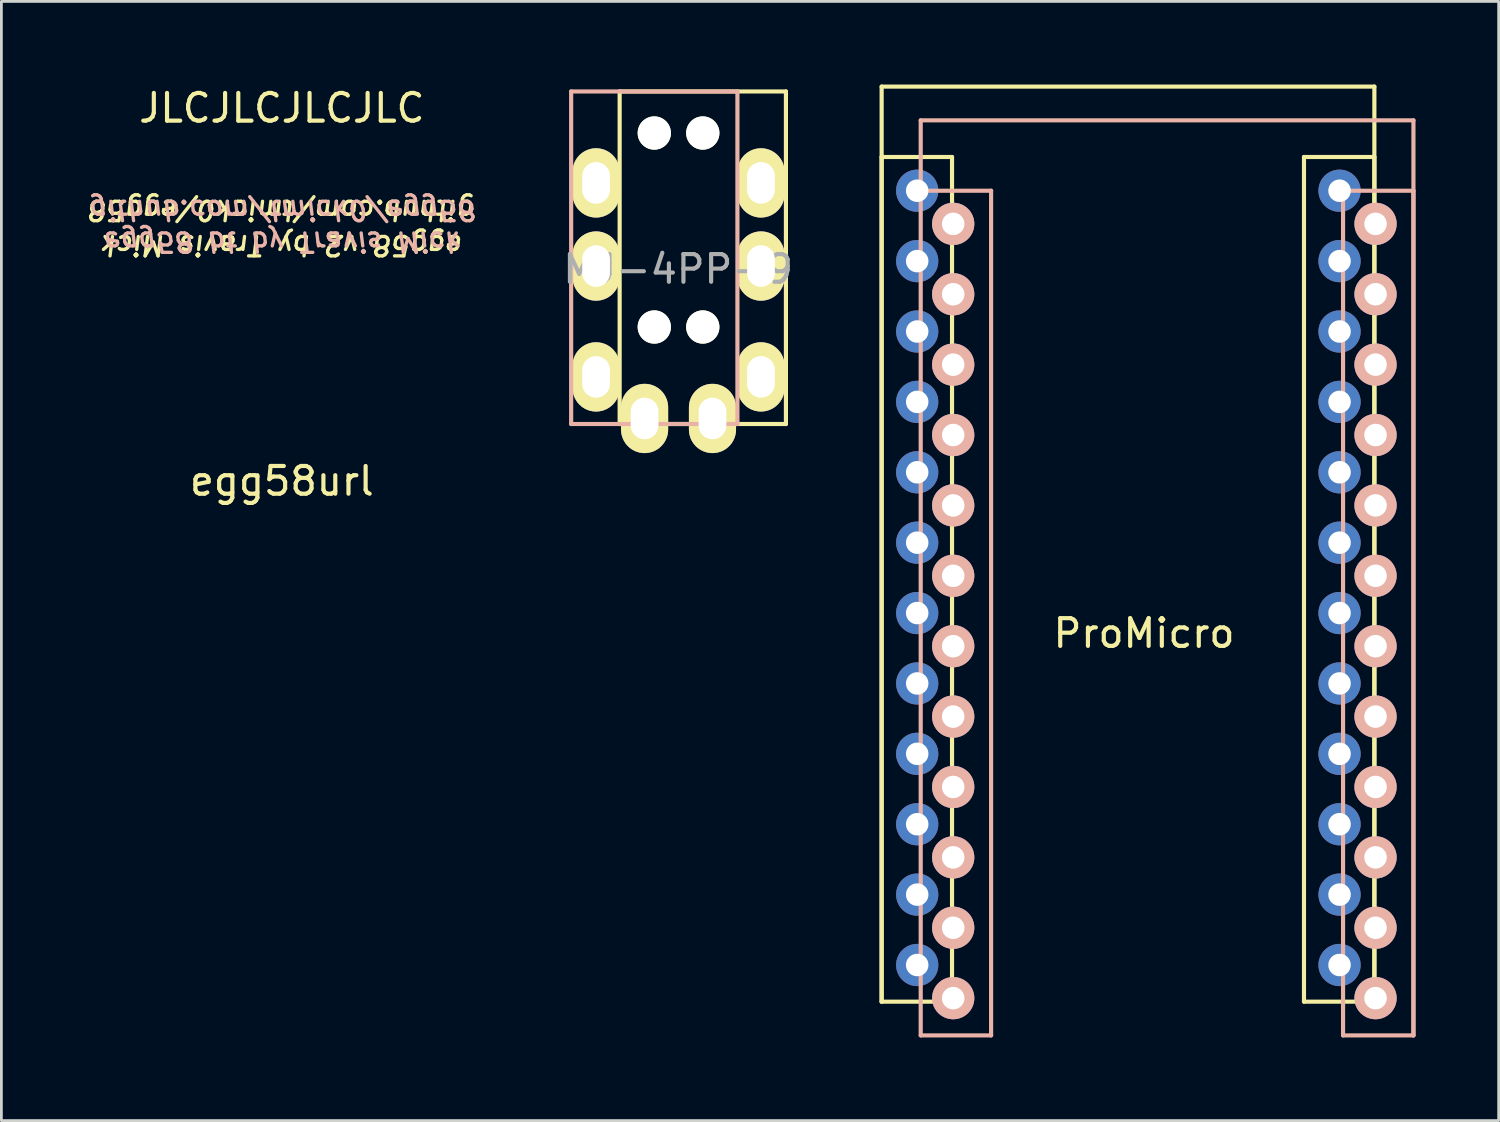
<source format=kicad_pcb>
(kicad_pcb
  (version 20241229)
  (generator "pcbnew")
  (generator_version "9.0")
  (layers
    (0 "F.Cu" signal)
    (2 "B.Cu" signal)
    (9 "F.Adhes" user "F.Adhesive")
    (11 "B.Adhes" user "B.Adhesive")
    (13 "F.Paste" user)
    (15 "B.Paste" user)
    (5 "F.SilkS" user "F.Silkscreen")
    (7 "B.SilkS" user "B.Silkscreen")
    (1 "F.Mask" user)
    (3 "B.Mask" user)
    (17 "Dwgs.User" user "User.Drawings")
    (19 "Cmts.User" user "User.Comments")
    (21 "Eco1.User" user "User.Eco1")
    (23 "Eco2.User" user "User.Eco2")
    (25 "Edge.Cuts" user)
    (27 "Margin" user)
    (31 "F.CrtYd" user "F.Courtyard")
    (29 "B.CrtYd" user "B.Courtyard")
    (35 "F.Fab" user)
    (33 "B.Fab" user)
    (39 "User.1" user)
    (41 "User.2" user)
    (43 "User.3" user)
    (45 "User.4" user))
  (footprint "MJ-4PP-9"
    (layer "F.Cu")
    (at 22.31 0.25)
    (property "Reference" "MJ-4PP-9" (at -0.889 6.413 0) (layer "F.Fab") (effects (font (size 1 1) (thickness 0.15))))
    (attr through_hole)
    (fp_line (start -3 0) (end 3 0) (stroke (width 0.15) (type solid)) (layer "F.SilkS"))
    (fp_line (start -3 12) (end -3 0) (stroke (width 0.15) (type solid)) (layer "F.SilkS"))
    (fp_line (start 3 0) (end 3 12) (stroke (width 0.15) (type solid)) (layer "F.SilkS"))
    (fp_line (start 3 12) (end -3 12) (stroke (width 0.15) (type solid)) (layer "F.SilkS"))
    (fp_line (start -4.75 0) (end 1.25 0) (stroke (width 0.15) (type solid)) (layer "B.SilkS"))
    (fp_line (start -4.75 12) (end -4.75 0) (stroke (width 0.15) (type solid)) (layer "B.SilkS"))
    (fp_line (start 1.25 0) (end 1.25 12) (stroke (width 0.15) (type solid)) (layer "B.SilkS"))
    (fp_line (start 1.25 12) (end -4.75 12) (stroke (width 0.15) (type solid)) (layer "B.SilkS"))
    (pad "" np_thru_hole circle (at -1.75 1.5) (size 1.2 1.2) (drill 1.2) (layers "*.Cu" "*.Mask" "F.SilkS"))
    (pad "" np_thru_hole circle (at -1.75 8.5) (size 1.2 1.2) (drill 1.2) (layers "*.Cu" "*.Mask" "F.SilkS"))
    (pad "" np_thru_hole circle (at 0 1.5) (size 1.2 1.2) (drill 1.2) (layers "*.Cu" "*.Mask" "F.SilkS"))
    (pad "" np_thru_hole circle (at 0 8.5) (size 1.2 1.2) (drill 1.2) (layers "*.Cu" "*.Mask" "F.SilkS"))
    (pad "1" thru_hole oval (at -3.85 10.3) (size 1.7 2.5) (drill oval 1 1.5) (layers "*.Cu" "*.Mask" "F.SilkS"))
    (pad "1" thru_hole oval (at 2.1 10.3) (size 1.7 2.5) (drill oval 1 1.5) (layers "*.Cu" "*.Mask" "F.SilkS"))
    (pad "2" thru_hole oval (at -3.85 6.3) (size 1.7 2.5) (drill oval 1 1.5) (layers "*.Cu" "*.Mask" "F.SilkS"))
    (pad "2" thru_hole oval (at 2.1 6.3) (size 1.7 2.5) (drill oval 1 1.5) (layers "*.Cu" "*.Mask" "F.SilkS"))
    (pad "3" thru_hole oval (at -3.85 3.3) (size 1.7 2.5) (drill oval 1 1.5) (layers "*.Cu" "*.Mask" "F.SilkS"))
    (pad "3" thru_hole oval (at 2.1 3.3) (size 1.7 2.5) (drill oval 1 1.5) (layers "*.Cu" "*.Mask" "F.SilkS"))
    (pad "4" thru_hole oval (at -2.1 11.8) (size 1.7 2.5) (drill oval 1 1.5) (layers "*.Cu" "*.Mask" "F.SilkS"))
    (pad "4" thru_hole oval (at 0.35 11.8) (size 1.7 2.5) (drill oval 1 1.5) (layers "*.Cu" "*.Mask" "F.SilkS")))
  (footprint "egg58url"
    (layer "F.Cu")
    (at 7.12 5.674)
    (property "Reference" "egg58url" (at 0 8.636 180) (layer "F.SilkS") (effects (font (size 1 1) (thickness 0.15))))
    (attr through_hole)
    (fp_text user "egg58 v2 by Travis Mick" (at 0 0.127 180) (unlocked yes) (layer "F.SilkS") (effects (font (size 0.7 0.7) (thickness 0.12) (italic yes))))
    (fp_text user "github.com/tmick0/egg58" (at 0 -1.143 180) (unlocked yes) (layer "F.SilkS") (effects (font (size 0.7 0.7) (thickness 0.12) (italic yes))))
    (fp_text user "JLCJLCJLCJLC" (at 0 -4.826 180) (layer "F.SilkS") (effects (font (size 1 1) (thickness 0.15))))
    (fp_text user "egg58 bt by Travis Mick" (at 0 0 180) (unlocked yes) (layer "B.SilkS") (effects (font (size 0.7 0.7) (thickness 0.12) (italic yes)) (justify mirror)))
    (fp_text user "github.com/tmick0/egg58" (at 0 -1.143 180) (unlocked yes) (layer "B.SilkS") (effects (font (size 0.7 0.7) (thickness 0.12) (italic yes)) (justify mirror))))
  (footprint "ProMicro"
    (layer "F.Cu")
    (at 38.867 18.602)
    (property "Reference" "ProMicro" (at -0.635 1.2 0) (layer "F.SilkS") (effects (font (size 1 1) (thickness 0.15))))
    (attr through_hole)
    (fp_line (start -10.103 -18.527) (end -10.103 14.493) (stroke (width 0.15) (type solid)) (layer "F.SilkS"))
    (fp_line (start -10.103 -15.987) (end -10.103 14.493) (stroke (width 0.15) (type solid)) (layer "F.SilkS"))
    (fp_line (start -10.103 14.493) (end -7.563 14.493) (stroke (width 0.15) (type solid)) (layer "F.SilkS"))
    (fp_line (start -7.563 -15.987) (end -10.103 -15.987) (stroke (width 0.15) (type solid)) (layer "F.SilkS"))
    (fp_line (start -7.563 14.493) (end -7.563 -15.987) (stroke (width 0.15) (type solid)) (layer "F.SilkS"))
    (fp_line (start 5.137 -15.987) (end 5.137 14.493) (stroke (width 0.15) (type solid)) (layer "F.SilkS"))
    (fp_line (start 5.137 14.493) (end 7.677 14.493) (stroke (width 0.15) (type solid)) (layer "F.SilkS"))
    (fp_line (start 7.677 -18.527) (end -10.103 -18.527) (stroke (width 0.15) (type solid)) (layer "F.SilkS"))
    (fp_line (start 7.677 -15.987) (end 5.137 -15.987) (stroke (width 0.15) (type solid)) (layer "F.SilkS"))
    (fp_line (start 7.677 14.493) (end 7.677 -18.527) (stroke (width 0.15) (type solid)) (layer "F.SilkS"))
    (fp_line (start 7.677 14.493) (end 7.677 -15.987) (stroke (width 0.15) (type solid)) (layer "F.SilkS"))
    (fp_line (start -8.693 -17.31) (end 9.087 -17.31) (stroke (width 0.15) (type solid)) (layer "B.SilkS"))
    (fp_line (start -8.693 -14.77) (end -6.153 -14.77) (stroke (width 0.15) (type solid)) (layer "B.SilkS"))
    (fp_line (start -8.693 15.71) (end -8.693 -17.31) (stroke (width 0.15) (type solid)) (layer "B.SilkS"))
    (fp_line (start -6.153 -14.77) (end -6.153 15.71) (stroke (width 0.15) (type solid)) (layer "B.SilkS"))
    (fp_line (start -6.153 15.71) (end -8.693 15.71) (stroke (width 0.15) (type solid)) (layer "B.SilkS"))
    (fp_line (start 6.547 -14.77) (end 9.087 -14.77) (stroke (width 0.15) (type solid)) (layer "B.SilkS"))
    (fp_line (start 6.547 15.71) (end 6.547 -14.77) (stroke (width 0.15) (type solid)) (layer "B.SilkS"))
    (fp_line (start 9.087 -17.31) (end 9.087 15.71) (stroke (width 0.15) (type solid)) (layer "B.SilkS"))
    (fp_line (start 9.087 -14.77) (end 9.087 15.71) (stroke (width 0.15) (type solid)) (layer "B.SilkS"))
    (fp_line (start 9.087 15.71) (end 6.547 15.71) (stroke (width 0.15) (type solid)) (layer "B.SilkS"))
    (pad "1" thru_hole circle (at -8.82 -14.77) (size 1.524 1.524) (drill 0.813) (layers "*.Cu" "*.Mask"))
    (pad "1" thru_hole circle (at 7.719 -13.574 180) (size 1.524 1.524) (drill 0.813) (layers "*.Cu" "*.Mask" "B.SilkS"))
    (pad "2" thru_hole circle (at -8.82 -12.23) (size 1.524 1.524) (drill 0.813) (layers "*.Cu" "*.Mask"))
    (pad "2" thru_hole circle (at 7.719 -11.034 180) (size 1.524 1.524) (drill 0.813) (layers "*.Cu" "*.Mask" "B.SilkS"))
    (pad "3" thru_hole circle (at -8.82 -9.69) (size 1.524 1.524) (drill 0.813) (layers "*.Cu" "*.Mask"))
    (pad "3" thru_hole circle (at 7.719 -8.494 180) (size 1.524 1.524) (drill 0.813) (layers "*.Cu" "*.Mask" "B.SilkS"))
    (pad "4" thru_hole circle (at -8.82 -7.15) (size 1.524 1.524) (drill 0.813) (layers "*.Cu" "*.Mask"))
    (pad "4" thru_hole circle (at 7.719 -5.954 180) (size 1.524 1.524) (drill 0.813) (layers "*.Cu" "*.Mask" "B.SilkS"))
    (pad "5" thru_hole circle (at -8.82 -4.61) (size 1.524 1.524) (drill 0.813) (layers "*.Cu" "*.Mask"))
    (pad "5" thru_hole circle (at 7.719 -3.414 180) (size 1.524 1.524) (drill 0.813) (layers "*.Cu" "*.Mask" "B.SilkS"))
    (pad "6" thru_hole circle (at -8.82 -2.07) (size 1.524 1.524) (drill 0.813) (layers "*.Cu" "*.Mask"))
    (pad "6" thru_hole circle (at 7.719 -0.874 180) (size 1.524 1.524) (drill 0.813) (layers "*.Cu" "*.Mask" "B.SilkS"))
    (pad "7" thru_hole circle (at -8.82 0.47) (size 1.524 1.524) (drill 0.813) (layers "*.Cu" "*.Mask"))
    (pad "7" thru_hole circle (at 7.719 1.666 180) (size 1.524 1.524) (drill 0.813) (layers "*.Cu" "*.Mask" "B.SilkS"))
    (pad "8" thru_hole circle (at -8.82 3.01) (size 1.524 1.524) (drill 0.813) (layers "*.Cu" "*.Mask"))
    (pad "8" thru_hole circle (at 7.719 4.206 180) (size 1.524 1.524) (drill 0.813) (layers "*.Cu" "*.Mask" "B.SilkS"))
    (pad "9" thru_hole circle (at -8.82 5.55) (size 1.524 1.524) (drill 0.813) (layers "*.Cu" "*.Mask"))
    (pad "9" thru_hole circle (at 7.719 6.746 180) (size 1.524 1.524) (drill 0.813) (layers "*.Cu" "*.Mask" "B.SilkS"))
    (pad "10" thru_hole circle (at -8.82 8.09) (size 1.524 1.524) (drill 0.813) (layers "*.Cu" "*.Mask"))
    (pad "10" thru_hole circle (at 7.719 9.286 180) (size 1.524 1.524) (drill 0.813) (layers "*.Cu" "*.Mask" "B.SilkS"))
    (pad "11" thru_hole circle (at -8.82 10.63) (size 1.524 1.524) (drill 0.813) (layers "*.Cu" "*.Mask"))
    (pad "11" thru_hole circle (at 7.719 11.826 180) (size 1.524 1.524) (drill 0.813) (layers "*.Cu" "*.Mask" "B.SilkS"))
    (pad "12" thru_hole circle (at -8.82 13.17) (size 1.524 1.524) (drill 0.813) (layers "*.Cu" "*.Mask"))
    (pad "12" thru_hole circle (at 7.719 14.366 180) (size 1.524 1.524) (drill 0.813) (layers "*.Cu" "*.Mask" "B.SilkS"))
    (pad "13" thru_hole circle (at -7.521 14.366 180) (size 1.524 1.524) (drill 0.813) (layers "*.Cu" "*.Mask" "B.SilkS"))
    (pad "13" thru_hole circle (at 6.42 13.17) (size 1.524 1.524) (drill 0.813) (layers "*.Cu" "*.Mask"))
    (pad "14" thru_hole circle (at -7.521 11.826 180) (size 1.524 1.524) (drill 0.813) (layers "*.Cu" "*.Mask" "B.SilkS"))
    (pad "14" thru_hole circle (at 6.42 10.63) (size 1.524 1.524) (drill 0.813) (layers "*.Cu" "*.Mask"))
    (pad "15" thru_hole circle (at -7.521 9.286 180) (size 1.524 1.524) (drill 0.813) (layers "*.Cu" "*.Mask" "B.SilkS"))
    (pad "15" thru_hole circle (at 6.42 8.09) (size 1.524 1.524) (drill 0.813) (layers "*.Cu" "*.Mask"))
    (pad "16" thru_hole circle (at -7.521 6.746 180) (size 1.524 1.524) (drill 0.813) (layers "*.Cu" "*.Mask" "B.SilkS"))
    (pad "16" thru_hole circle (at 6.42 5.55) (size 1.524 1.524) (drill 0.813) (layers "*.Cu" "*.Mask"))
    (pad "17" thru_hole circle (at -7.521 4.206 180) (size 1.524 1.524) (drill 0.813) (layers "*.Cu" "*.Mask" "B.SilkS"))
    (pad "17" thru_hole circle (at 6.42 3.01) (size 1.524 1.524) (drill 0.813) (layers "*.Cu" "*.Mask"))
    (pad "18" thru_hole circle (at -7.521 1.666 180) (size 1.524 1.524) (drill 0.813) (layers "*.Cu" "*.Mask" "B.SilkS"))
    (pad "18" thru_hole circle (at 6.42 0.47) (size 1.524 1.524) (drill 0.813) (layers "*.Cu" "*.Mask"))
    (pad "19" thru_hole circle (at -7.521 -0.874 180) (size 1.524 1.524) (drill 0.813) (layers "*.Cu" "*.Mask" "B.SilkS"))
    (pad "19" thru_hole circle (at 6.42 -2.07) (size 1.524 1.524) (drill 0.813) (layers "*.Cu" "*.Mask"))
    (pad "20" thru_hole circle (at -7.521 -3.414 180) (size 1.524 1.524) (drill 0.813) (layers "*.Cu" "*.Mask" "B.SilkS"))
    (pad "20" thru_hole circle (at 6.42 -4.61) (size 1.524 1.524) (drill 0.813) (layers "*.Cu" "*.Mask"))
    (pad "21" thru_hole circle (at -7.521 -5.954 180) (size 1.524 1.524) (drill 0.813) (layers "*.Cu" "*.Mask" "B.SilkS"))
    (pad "21" thru_hole circle (at 6.42 -7.15) (size 1.524 1.524) (drill 0.813) (layers "*.Cu" "*.Mask"))
    (pad "22" thru_hole circle (at -7.521 -8.494 180) (size 1.524 1.524) (drill 0.813) (layers "*.Cu" "*.Mask" "B.SilkS"))
    (pad "22" thru_hole circle (at 6.42 -9.69) (size 1.524 1.524) (drill 0.813) (layers "*.Cu" "*.Mask"))
    (pad "23" thru_hole circle (at -7.521 -11.034 180) (size 1.524 1.524) (drill 0.813) (layers "*.Cu" "*.Mask" "B.SilkS"))
    (pad "23" thru_hole circle (at 6.42 -12.23) (size 1.524 1.524) (drill 0.813) (layers "*.Cu" "*.Mask"))
    (pad "24" thru_hole circle (at -7.521 -13.574 180) (size 1.524 1.524) (drill 0.813) (layers "*.Cu" "*.Mask" "B.SilkS"))
    (pad "24" thru_hole circle (at 6.42 -14.77) (size 1.524 1.524) (drill 0.813) (layers "*.Cu" "*.Mask")))
  (gr_rect
    (start -3 -3)
    (end 51.029 37.387)
    (stroke (width 0.1) (type default))
    (fill no)
    (layer "Edge.Cuts")))
</source>
